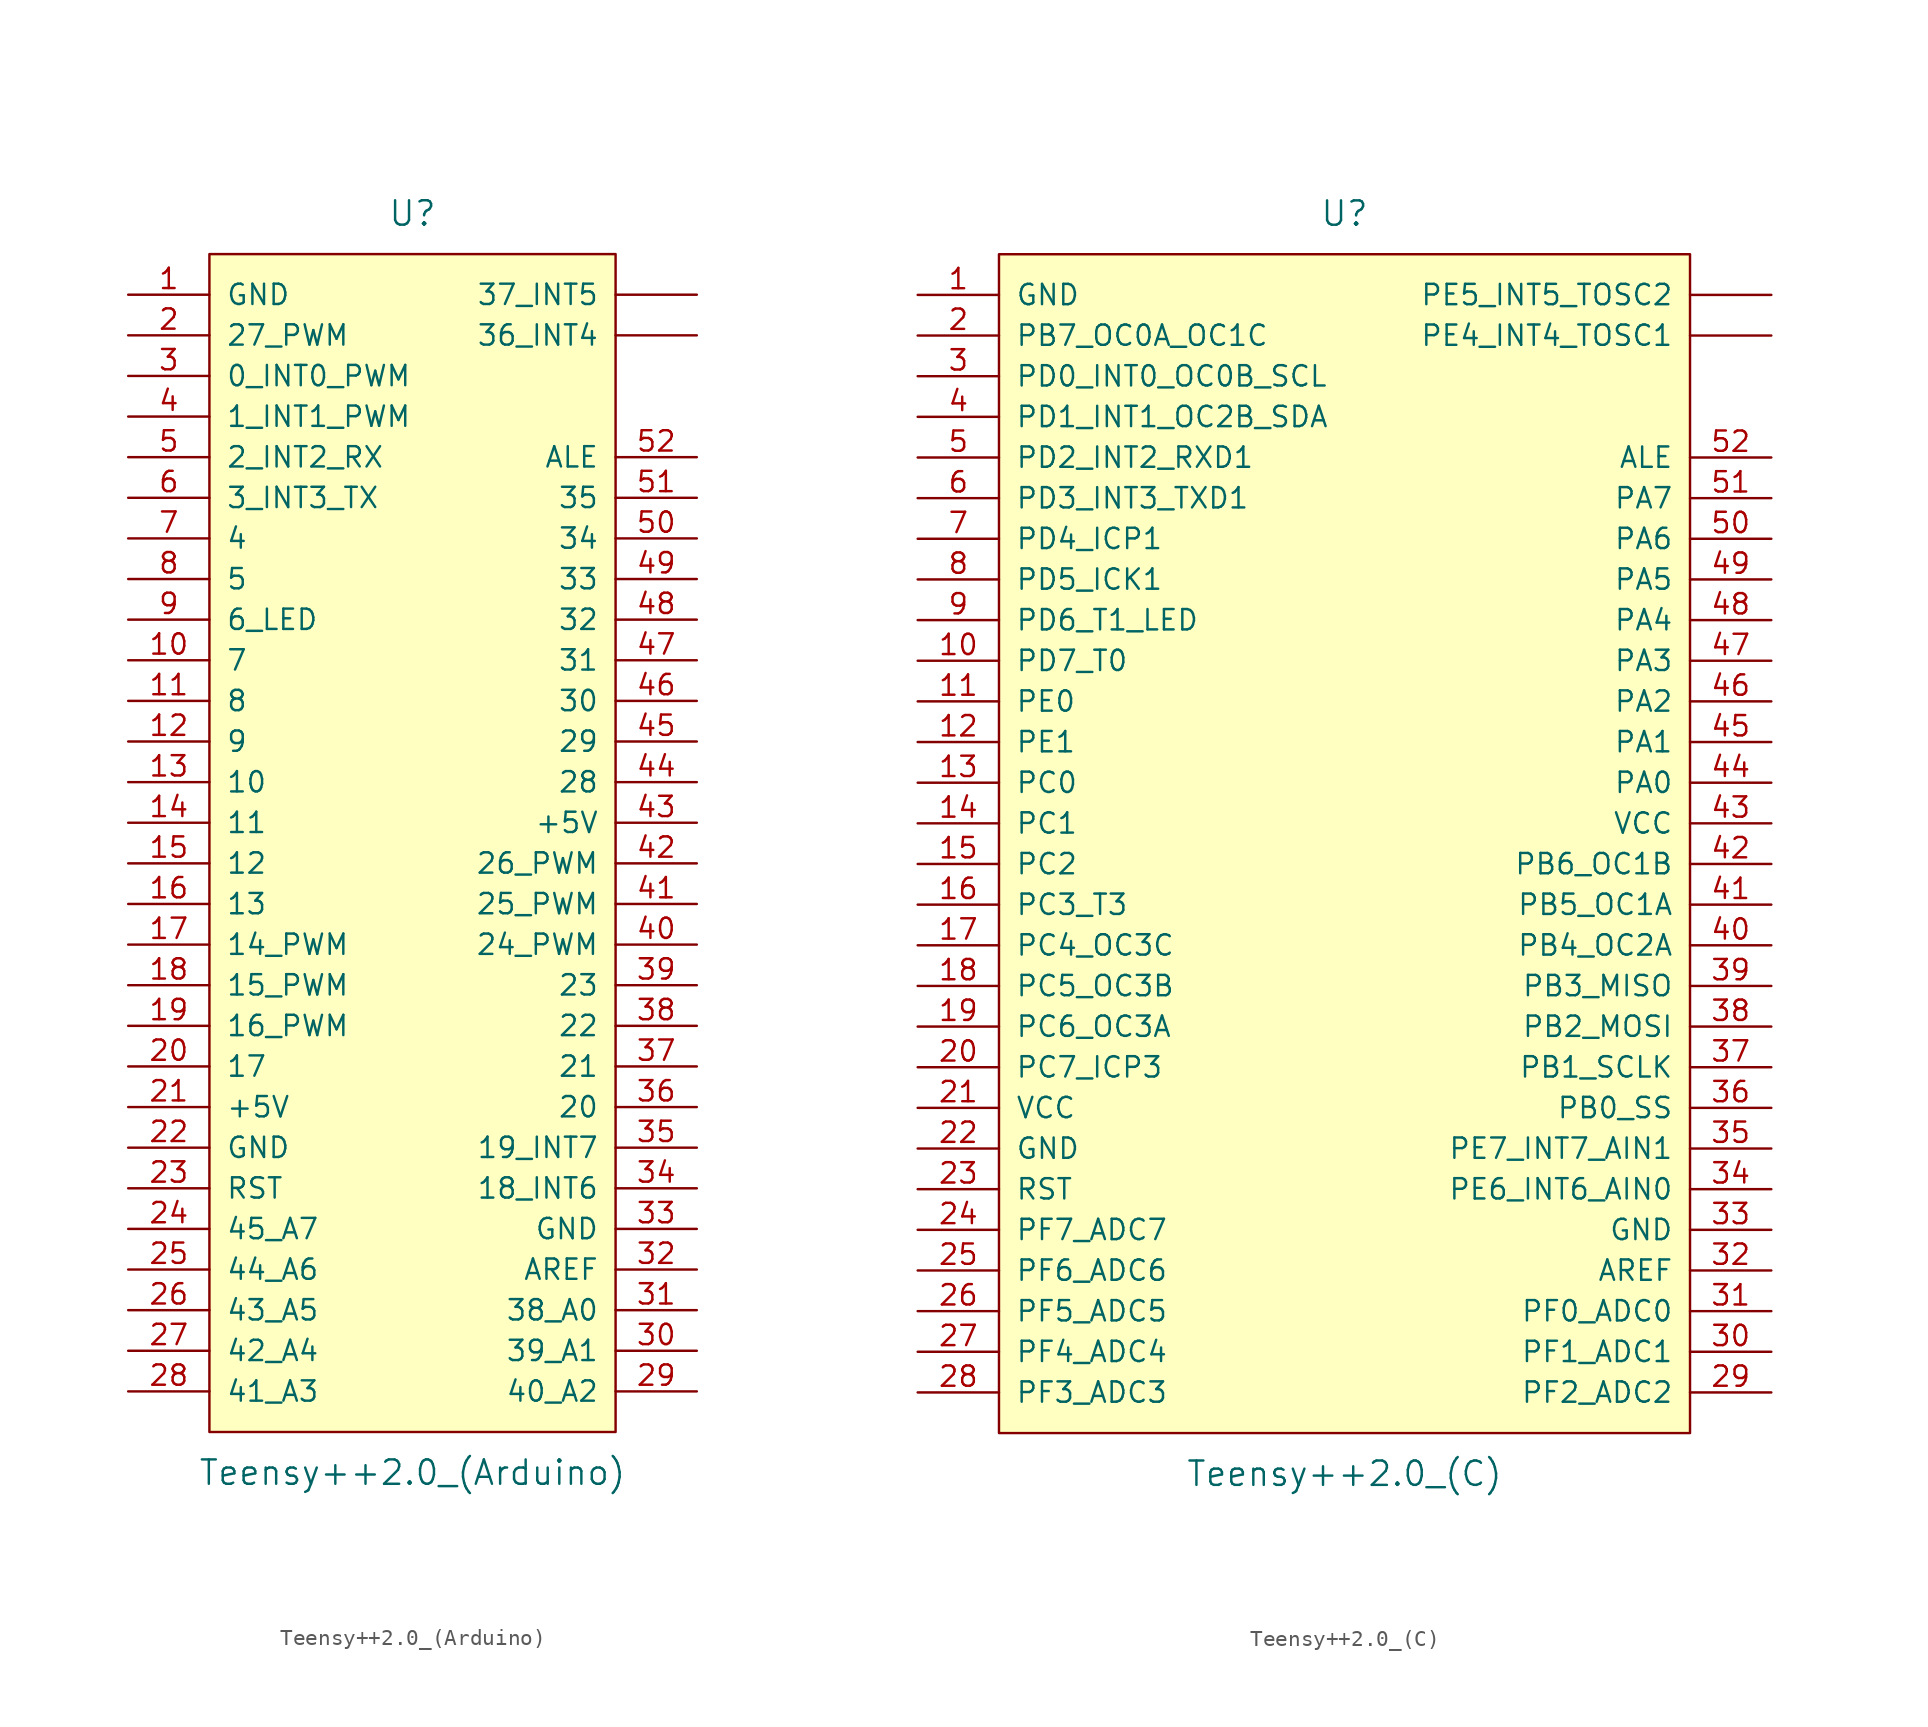
<source format=kicad_sym>
(kicad_symbol_lib
  (version 20211014)
  (generator kicad_symbol_editor)
  (symbol "Teensy++2.0_(Arduino)"
    (pin_names
      (offset 1.016))
    (property "Reference" "U"
      (at 0 39.37 0)
      (effects (font (size 1.524 1.524))))
    (property "Value" "Teensy++2.0_(Arduino)"
      (at 0 -39.37 0)
      (effects (font (size 1.524 1.524))))
    (property "Footprint" ""
      (at 2.54 -16.51 0)
      (effects (font (size 1.524 1.524))))
    (property "Datasheet" ""
      (at 2.54 -16.51 0)
      (effects (font (size 1.524 1.524))))
    (symbol "Teensy++2.0_(Arduino)_0_1"
      (rectangle (start -12.7 36.83) (end 12.7 -36.83) (stroke (width 0) (type default) (color 0 0 0 0)) (fill (type background))))
    (symbol "Teensy++2.0_(Arduino)_1_1"
      (pin power_in line (at -17.78 34.29 0) (length 5.08) (name "GND" (effects (font (size 1.27 1.27)))) (number "1" (effects (font (size 1.27 1.27)))))
      (pin bidirectional line (at -17.78 11.43 0) (length 5.08) (name "7" (effects (font (size 1.27 1.27)))) (number "10" (effects (font (size 1.27 1.27)))))
      (pin bidirectional line (at -17.78 8.89 0) (length 5.08) (name "8" (effects (font (size 1.27 1.27)))) (number "11" (effects (font (size 1.27 1.27)))))
      (pin bidirectional line (at -17.78 6.35 0) (length 5.08) (name "9" (effects (font (size 1.27 1.27)))) (number "12" (effects (font (size 1.27 1.27)))))
      (pin bidirectional line (at -17.78 3.81 0) (length 5.08) (name "10" (effects (font (size 1.27 1.27)))) (number "13" (effects (font (size 1.27 1.27)))))
      (pin bidirectional line (at -17.78 1.27 0) (length 5.08) (name "11" (effects (font (size 1.27 1.27)))) (number "14" (effects (font (size 1.27 1.27)))))
      (pin bidirectional line (at -17.78 -1.27 0) (length 5.08) (name "12" (effects (font (size 1.27 1.27)))) (number "15" (effects (font (size 1.27 1.27)))))
      (pin bidirectional line (at -17.78 -3.81 0) (length 5.08) (name "13" (effects (font (size 1.27 1.27)))) (number "16" (effects (font (size 1.27 1.27)))))
      (pin bidirectional line (at -17.78 -6.35 0) (length 5.08) (name "14_PWM" (effects (font (size 1.27 1.27)))) (number "17" (effects (font (size 1.27 1.27)))))
      (pin bidirectional line (at -17.78 -8.89 0) (length 5.08) (name "15_PWM" (effects (font (size 1.27 1.27)))) (number "18" (effects (font (size 1.27 1.27)))))
      (pin bidirectional line (at -17.78 -11.43 0) (length 5.08) (name "16_PWM" (effects (font (size 1.27 1.27)))) (number "19" (effects (font (size 1.27 1.27)))))
      (pin bidirectional line (at -17.78 31.75 0) (length 5.08) (name "27_PWM" (effects (font (size 1.27 1.27)))) (number "2" (effects (font (size 1.27 1.27)))))
      (pin bidirectional line (at -17.78 -13.97 0) (length 5.08) (name "17" (effects (font (size 1.27 1.27)))) (number "20" (effects (font (size 1.27 1.27)))))
      (pin power_in line (at -17.78 -16.51 0) (length 5.08) (name "+5V" (effects (font (size 1.27 1.27)))) (number "21" (effects (font (size 1.27 1.27)))))
      (pin power_in line (at -17.78 -19.05 0) (length 5.08) (name "GND" (effects (font (size 1.27 1.27)))) (number "22" (effects (font (size 1.27 1.27)))))
      (pin input line (at -17.78 -21.59 0) (length 5.08) (name "RST" (effects (font (size 1.27 1.27)))) (number "23" (effects (font (size 1.27 1.27)))))
      (pin bidirectional line (at -17.78 -24.13 0) (length 5.08) (name "45_A7" (effects (font (size 1.27 1.27)))) (number "24" (effects (font (size 1.27 1.27)))))
      (pin bidirectional line (at -17.78 -26.67 0) (length 5.08) (name "44_A6" (effects (font (size 1.27 1.27)))) (number "25" (effects (font (size 1.27 1.27)))))
      (pin bidirectional line (at -17.78 -29.21 0) (length 5.08) (name "43_A5" (effects (font (size 1.27 1.27)))) (number "26" (effects (font (size 1.27 1.27)))))
      (pin bidirectional line (at -17.78 -31.75 0) (length 5.08) (name "42_A4" (effects (font (size 1.27 1.27)))) (number "27" (effects (font (size 1.27 1.27)))))
      (pin bidirectional line (at -17.78 -34.29 0) (length 5.08) (name "41_A3" (effects (font (size 1.27 1.27)))) (number "28" (effects (font (size 1.27 1.27)))))
      (pin bidirectional line (at 17.78 -34.29 180) (length 5.08) (name "40_A2" (effects (font (size 1.27 1.27)))) (number "29" (effects (font (size 1.27 1.27)))))
      (pin bidirectional line (at -17.78 29.21 0) (length 5.08) (name "0_INT0_PWM" (effects (font (size 1.27 1.27)))) (number "3" (effects (font (size 1.27 1.27)))))
      (pin bidirectional line (at 17.78 -31.75 180) (length 5.08) (name "39_A1" (effects (font (size 1.27 1.27)))) (number "30" (effects (font (size 1.27 1.27)))))
      (pin bidirectional line (at 17.78 -29.21 180) (length 5.08) (name "38_A0" (effects (font (size 1.27 1.27)))) (number "31" (effects (font (size 1.27 1.27)))))
      (pin input line (at 17.78 -26.67 180) (length 5.08) (name "AREF" (effects (font (size 1.27 1.27)))) (number "32" (effects (font (size 1.27 1.27)))))
      (pin power_in line (at 17.78 -24.13 180) (length 5.08) (name "GND" (effects (font (size 1.27 1.27)))) (number "33" (effects (font (size 1.27 1.27)))))
      (pin bidirectional line (at 17.78 -21.59 180) (length 5.08) (name "18_INT6" (effects (font (size 1.27 1.27)))) (number "34" (effects (font (size 1.27 1.27)))))
      (pin bidirectional line (at 17.78 -19.05 180) (length 5.08) (name "19_INT7" (effects (font (size 1.27 1.27)))) (number "35" (effects (font (size 1.27 1.27)))))
      (pin bidirectional line (at 17.78 -16.51 180) (length 5.08) (name "20" (effects (font (size 1.27 1.27)))) (number "36" (effects (font (size 1.27 1.27)))))
      (pin bidirectional line (at 17.78 -13.97 180) (length 5.08) (name "21" (effects (font (size 1.27 1.27)))) (number "37" (effects (font (size 1.27 1.27)))))
      (pin bidirectional line (at 17.78 -11.43 180) (length 5.08) (name "22" (effects (font (size 1.27 1.27)))) (number "38" (effects (font (size 1.27 1.27)))))
      (pin bidirectional line (at 17.78 -8.89 180) (length 5.08) (name "23" (effects (font (size 1.27 1.27)))) (number "39" (effects (font (size 1.27 1.27)))))
      (pin bidirectional line (at -17.78 26.67 0) (length 5.08) (name "1_INT1_PWM" (effects (font (size 1.27 1.27)))) (number "4" (effects (font (size 1.27 1.27)))))
      (pin bidirectional line (at 17.78 -6.35 180) (length 5.08) (name "24_PWM" (effects (font (size 1.27 1.27)))) (number "40" (effects (font (size 1.27 1.27)))))
      (pin bidirectional line (at 17.78 -3.81 180) (length 5.08) (name "25_PWM" (effects (font (size 1.27 1.27)))) (number "41" (effects (font (size 1.27 1.27)))))
      (pin bidirectional line (at 17.78 -1.27 180) (length 5.08) (name "26_PWM" (effects (font (size 1.27 1.27)))) (number "42" (effects (font (size 1.27 1.27)))))
      (pin power_in line (at 17.78 1.27 180) (length 5.08) (name "+5V" (effects (font (size 1.27 1.27)))) (number "43" (effects (font (size 1.27 1.27)))))
      (pin bidirectional line (at 17.78 3.81 180) (length 5.08) (name "28" (effects (font (size 1.27 1.27)))) (number "44" (effects (font (size 1.27 1.27)))))
      (pin bidirectional line (at 17.78 6.35 180) (length 5.08) (name "29" (effects (font (size 1.27 1.27)))) (number "45" (effects (font (size 1.27 1.27)))))
      (pin bidirectional line (at 17.78 8.89 180) (length 5.08) (name "30" (effects (font (size 1.27 1.27)))) (number "46" (effects (font (size 1.27 1.27)))))
      (pin bidirectional line (at 17.78 11.43 180) (length 5.08) (name "31" (effects (font (size 1.27 1.27)))) (number "47" (effects (font (size 1.27 1.27)))))
      (pin bidirectional line (at 17.78 13.97 180) (length 5.08) (name "32" (effects (font (size 1.27 1.27)))) (number "48" (effects (font (size 1.27 1.27)))))
      (pin bidirectional line (at 17.78 16.51 180) (length 5.08) (name "33" (effects (font (size 1.27 1.27)))) (number "49" (effects (font (size 1.27 1.27)))))
      (pin bidirectional line (at -17.78 24.13 0) (length 5.08) (name "2_INT2_RX" (effects (font (size 1.27 1.27)))) (number "5" (effects (font (size 1.27 1.27)))))
      (pin bidirectional line (at 17.78 19.05 180) (length 5.08) (name "34" (effects (font (size 1.27 1.27)))) (number "50" (effects (font (size 1.27 1.27)))))
      (pin bidirectional line (at 17.78 21.59 180) (length 5.08) (name "35" (effects (font (size 1.27 1.27)))) (number "51" (effects (font (size 1.27 1.27)))))
      (pin input line (at 17.78 24.13 180) (length 5.08) (name "ALE" (effects (font (size 1.27 1.27)))) (number "52" (effects (font (size 1.27 1.27)))))
      (pin bidirectional line (at -17.78 21.59 0) (length 5.08) (name "3_INT3_TX" (effects (font (size 1.27 1.27)))) (number "6" (effects (font (size 1.27 1.27)))))
      (pin bidirectional line (at -17.78 19.05 0) (length 5.08) (name "4" (effects (font (size 1.27 1.27)))) (number "7" (effects (font (size 1.27 1.27)))))
      (pin bidirectional line (at -17.78 16.51 0) (length 5.08) (name "5" (effects (font (size 1.27 1.27)))) (number "8" (effects (font (size 1.27 1.27)))))
      (pin bidirectional line (at -17.78 13.97 0) (length 5.08) (name "6_LED" (effects (font (size 1.27 1.27)))) (number "9" (effects (font (size 1.27 1.27)))))
      (pin bidirectional line (at 17.78 31.75 180) (length 5.08) (name "36_INT4" (effects (font (size 1.27 1.27)))) (number "~" (effects (font (size 1.27 1.27)))))
      (pin bidirectional line (at 17.78 34.29 180) (length 5.08) (name "37_INT5" (effects (font (size 1.27 1.27)))) (number "~" (effects (font (size 1.27 1.27)))))))
  (symbol "Teensy++2.0_(C)"
    (pin_names
      (offset 1.016))
    (property "Reference" "U"
      (at 0 39.37 0)
      (effects (font (size 1.524 1.524))))
    (property "Value" "Teensy++2.0_(C)"
      (at 0 -39.37 0)
      (effects (font (size 1.524 1.524))))
    (property "Footprint" ""
      (at 2.54 -21.59 0)
      (effects (font (size 1.524 1.524))))
    (property "Datasheet" ""
      (at 2.54 -21.59 0)
      (effects (font (size 1.524 1.524))))
    (symbol "Teensy++2.0_(C)_0_1"
      (rectangle (start -21.59 36.83) (end 21.59 -36.83) (stroke (width 0) (type default) (color 0 0 0 0)) (fill (type background))))
    (symbol "Teensy++2.0_(C)_1_1"
      (pin power_in line (at -26.67 34.29 0) (length 5.08) (name "GND" (effects (font (size 1.27 1.27)))) (number "1" (effects (font (size 1.27 1.27)))))
      (pin bidirectional line (at -26.67 11.43 0) (length 5.08) (name "PD7_T0" (effects (font (size 1.27 1.27)))) (number "10" (effects (font (size 1.27 1.27)))))
      (pin bidirectional line (at -26.67 8.89 0) (length 5.08) (name "PE0" (effects (font (size 1.27 1.27)))) (number "11" (effects (font (size 1.27 1.27)))))
      (pin bidirectional line (at -26.67 6.35 0) (length 5.08) (name "PE1" (effects (font (size 1.27 1.27)))) (number "12" (effects (font (size 1.27 1.27)))))
      (pin bidirectional line (at -26.67 3.81 0) (length 5.08) (name "PC0" (effects (font (size 1.27 1.27)))) (number "13" (effects (font (size 1.27 1.27)))))
      (pin bidirectional line (at -26.67 1.27 0) (length 5.08) (name "PC1" (effects (font (size 1.27 1.27)))) (number "14" (effects (font (size 1.27 1.27)))))
      (pin bidirectional line (at -26.67 -1.27 0) (length 5.08) (name "PC2" (effects (font (size 1.27 1.27)))) (number "15" (effects (font (size 1.27 1.27)))))
      (pin bidirectional line (at -26.67 -3.81 0) (length 5.08) (name "PC3_T3" (effects (font (size 1.27 1.27)))) (number "16" (effects (font (size 1.27 1.27)))))
      (pin bidirectional line (at -26.67 -6.35 0) (length 5.08) (name "PC4_OC3C" (effects (font (size 1.27 1.27)))) (number "17" (effects (font (size 1.27 1.27)))))
      (pin bidirectional line (at -26.67 -8.89 0) (length 5.08) (name "PC5_OC3B" (effects (font (size 1.27 1.27)))) (number "18" (effects (font (size 1.27 1.27)))))
      (pin bidirectional line (at -26.67 -11.43 0) (length 5.08) (name "PC6_OC3A" (effects (font (size 1.27 1.27)))) (number "19" (effects (font (size 1.27 1.27)))))
      (pin bidirectional line (at -26.67 31.75 0) (length 5.08) (name "PB7_OC0A_OC1C" (effects (font (size 1.27 1.27)))) (number "2" (effects (font (size 1.27 1.27)))))
      (pin bidirectional line (at -26.67 -13.97 0) (length 5.08) (name "PC7_ICP3" (effects (font (size 1.27 1.27)))) (number "20" (effects (font (size 1.27 1.27)))))
      (pin power_in line (at -26.67 -16.51 0) (length 5.08) (name "VCC" (effects (font (size 1.27 1.27)))) (number "21" (effects (font (size 1.27 1.27)))))
      (pin power_in line (at -26.67 -19.05 0) (length 5.08) (name "GND" (effects (font (size 1.27 1.27)))) (number "22" (effects (font (size 1.27 1.27)))))
      (pin input line (at -26.67 -21.59 0) (length 5.08) (name "RST" (effects (font (size 1.27 1.27)))) (number "23" (effects (font (size 1.27 1.27)))))
      (pin bidirectional line (at -26.67 -24.13 0) (length 5.08) (name "PF7_ADC7" (effects (font (size 1.27 1.27)))) (number "24" (effects (font (size 1.27 1.27)))))
      (pin bidirectional line (at -26.67 -26.67 0) (length 5.08) (name "PF6_ADC6" (effects (font (size 1.27 1.27)))) (number "25" (effects (font (size 1.27 1.27)))))
      (pin bidirectional line (at -26.67 -29.21 0) (length 5.08) (name "PF5_ADC5" (effects (font (size 1.27 1.27)))) (number "26" (effects (font (size 1.27 1.27)))))
      (pin bidirectional line (at -26.67 -31.75 0) (length 5.08) (name "PF4_ADC4" (effects (font (size 1.27 1.27)))) (number "27" (effects (font (size 1.27 1.27)))))
      (pin bidirectional line (at -26.67 -34.29 0) (length 5.08) (name "PF3_ADC3" (effects (font (size 1.27 1.27)))) (number "28" (effects (font (size 1.27 1.27)))))
      (pin bidirectional line (at 26.67 -34.29 180) (length 5.08) (name "PF2_ADC2" (effects (font (size 1.27 1.27)))) (number "29" (effects (font (size 1.27 1.27)))))
      (pin bidirectional line (at -26.67 29.21 0) (length 5.08) (name "PD0_INT0_OC0B_SCL" (effects (font (size 1.27 1.27)))) (number "3" (effects (font (size 1.27 1.27)))))
      (pin bidirectional line (at 26.67 -31.75 180) (length 5.08) (name "PF1_ADC1" (effects (font (size 1.27 1.27)))) (number "30" (effects (font (size 1.27 1.27)))))
      (pin bidirectional line (at 26.67 -29.21 180) (length 5.08) (name "PF0_ADC0" (effects (font (size 1.27 1.27)))) (number "31" (effects (font (size 1.27 1.27)))))
      (pin input line (at 26.67 -26.67 180) (length 5.08) (name "AREF" (effects (font (size 1.27 1.27)))) (number "32" (effects (font (size 1.27 1.27)))))
      (pin power_in line (at 26.67 -24.13 180) (length 5.08) (name "GND" (effects (font (size 1.27 1.27)))) (number "33" (effects (font (size 1.27 1.27)))))
      (pin bidirectional line (at 26.67 -21.59 180) (length 5.08) (name "PE6_INT6_AIN0" (effects (font (size 1.27 1.27)))) (number "34" (effects (font (size 1.27 1.27)))))
      (pin bidirectional line (at 26.67 -19.05 180) (length 5.08) (name "PE7_INT7_AIN1" (effects (font (size 1.27 1.27)))) (number "35" (effects (font (size 1.27 1.27)))))
      (pin bidirectional line (at 26.67 -16.51 180) (length 5.08) (name "PB0_SS" (effects (font (size 1.27 1.27)))) (number "36" (effects (font (size 1.27 1.27)))))
      (pin bidirectional line (at 26.67 -13.97 180) (length 5.08) (name "PB1_SCLK" (effects (font (size 1.27 1.27)))) (number "37" (effects (font (size 1.27 1.27)))))
      (pin bidirectional line (at 26.67 -11.43 180) (length 5.08) (name "PB2_MOSI" (effects (font (size 1.27 1.27)))) (number "38" (effects (font (size 1.27 1.27)))))
      (pin bidirectional line (at 26.67 -8.89 180) (length 5.08) (name "PB3_MISO" (effects (font (size 1.27 1.27)))) (number "39" (effects (font (size 1.27 1.27)))))
      (pin bidirectional line (at -26.67 26.67 0) (length 5.08) (name "PD1_INT1_OC2B_SDA" (effects (font (size 1.27 1.27)))) (number "4" (effects (font (size 1.27 1.27)))))
      (pin bidirectional line (at 26.67 -6.35 180) (length 5.08) (name "PB4_OC2A" (effects (font (size 1.27 1.27)))) (number "40" (effects (font (size 1.27 1.27)))))
      (pin bidirectional line (at 26.67 -3.81 180) (length 5.08) (name "PB5_OC1A" (effects (font (size 1.27 1.27)))) (number "41" (effects (font (size 1.27 1.27)))))
      (pin bidirectional line (at 26.67 -1.27 180) (length 5.08) (name "PB6_OC1B" (effects (font (size 1.27 1.27)))) (number "42" (effects (font (size 1.27 1.27)))))
      (pin power_in line (at 26.67 1.27 180) (length 5.08) (name "VCC" (effects (font (size 1.27 1.27)))) (number "43" (effects (font (size 1.27 1.27)))))
      (pin bidirectional line (at 26.67 3.81 180) (length 5.08) (name "PA0" (effects (font (size 1.27 1.27)))) (number "44" (effects (font (size 1.27 1.27)))))
      (pin bidirectional line (at 26.67 6.35 180) (length 5.08) (name "PA1" (effects (font (size 1.27 1.27)))) (number "45" (effects (font (size 1.27 1.27)))))
      (pin bidirectional line (at 26.67 8.89 180) (length 5.08) (name "PA2" (effects (font (size 1.27 1.27)))) (number "46" (effects (font (size 1.27 1.27)))))
      (pin bidirectional line (at 26.67 11.43 180) (length 5.08) (name "PA3" (effects (font (size 1.27 1.27)))) (number "47" (effects (font (size 1.27 1.27)))))
      (pin bidirectional line (at 26.67 13.97 180) (length 5.08) (name "PA4" (effects (font (size 1.27 1.27)))) (number "48" (effects (font (size 1.27 1.27)))))
      (pin bidirectional line (at 26.67 16.51 180) (length 5.08) (name "PA5" (effects (font (size 1.27 1.27)))) (number "49" (effects (font (size 1.27 1.27)))))
      (pin bidirectional line (at -26.67 24.13 0) (length 5.08) (name "PD2_INT2_RXD1" (effects (font (size 1.27 1.27)))) (number "5" (effects (font (size 1.27 1.27)))))
      (pin bidirectional line (at 26.67 19.05 180) (length 5.08) (name "PA6" (effects (font (size 1.27 1.27)))) (number "50" (effects (font (size 1.27 1.27)))))
      (pin bidirectional line (at 26.67 21.59 180) (length 5.08) (name "PA7" (effects (font (size 1.27 1.27)))) (number "51" (effects (font (size 1.27 1.27)))))
      (pin input line (at 26.67 24.13 180) (length 5.08) (name "ALE" (effects (font (size 1.27 1.27)))) (number "52" (effects (font (size 1.27 1.27)))))
      (pin bidirectional line (at -26.67 21.59 0) (length 5.08) (name "PD3_INT3_TXD1" (effects (font (size 1.27 1.27)))) (number "6" (effects (font (size 1.27 1.27)))))
      (pin bidirectional line (at -26.67 19.05 0) (length 5.08) (name "PD4_ICP1" (effects (font (size 1.27 1.27)))) (number "7" (effects (font (size 1.27 1.27)))))
      (pin bidirectional line (at -26.67 16.51 0) (length 5.08) (name "PD5_ICK1" (effects (font (size 1.27 1.27)))) (number "8" (effects (font (size 1.27 1.27)))))
      (pin bidirectional line (at -26.67 13.97 0) (length 5.08) (name "PD6_T1_LED" (effects (font (size 1.27 1.27)))) (number "9" (effects (font (size 1.27 1.27)))))
      (pin bidirectional line (at 26.67 31.75 180) (length 5.08) (name "PE4_INT4_TOSC1" (effects (font (size 1.27 1.27)))) (number "~" (effects (font (size 1.27 1.27)))))
      (pin bidirectional line (at 26.67 34.29 180) (length 5.08) (name "PE5_INT5_TOSC2" (effects (font (size 1.27 1.27)))) (number "~" (effects (font (size 1.27 1.27))))))))
</source>
